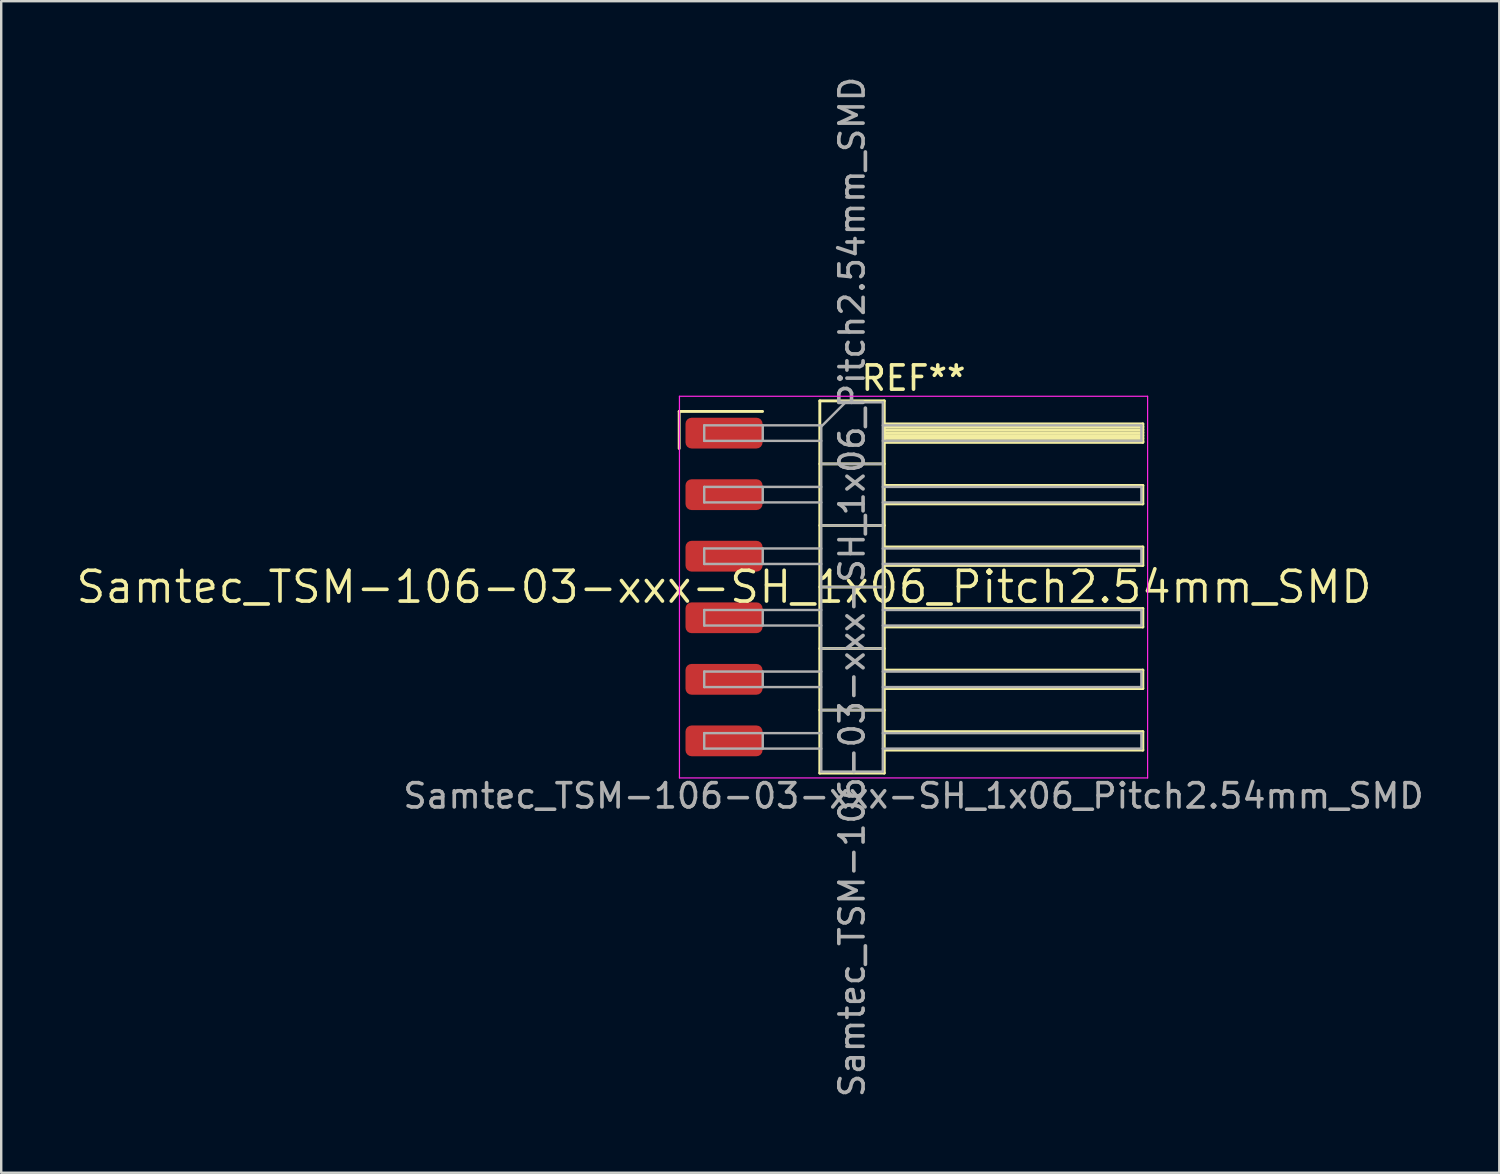
<source format=kicad_pcb>
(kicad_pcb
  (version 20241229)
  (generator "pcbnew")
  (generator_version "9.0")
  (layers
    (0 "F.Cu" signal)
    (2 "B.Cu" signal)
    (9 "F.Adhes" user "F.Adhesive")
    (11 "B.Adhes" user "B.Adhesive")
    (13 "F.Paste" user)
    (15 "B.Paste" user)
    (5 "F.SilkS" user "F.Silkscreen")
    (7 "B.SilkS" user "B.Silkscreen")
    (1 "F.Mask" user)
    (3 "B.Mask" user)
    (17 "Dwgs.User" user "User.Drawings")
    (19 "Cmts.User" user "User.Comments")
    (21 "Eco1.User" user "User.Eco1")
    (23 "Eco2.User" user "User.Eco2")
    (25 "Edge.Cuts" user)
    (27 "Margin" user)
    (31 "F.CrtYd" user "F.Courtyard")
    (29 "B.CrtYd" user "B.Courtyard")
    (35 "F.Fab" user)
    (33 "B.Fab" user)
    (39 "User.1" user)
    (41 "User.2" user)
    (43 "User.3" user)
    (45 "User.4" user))
  (footprint "Samtec_TSM-106-03-xxx-SH_1x06_Pitch2.54mm_SMD"
    (layer "F.Cu")
    (at 26.828 21.173)
    (property "Reference" "Samtec_TSM-106-03-xxx-SH_1x06_Pitch2.54mm_SMD" (at 0 0 0) (layer "F.SilkS") (effects (font (size 1.27 1.27) (thickness 0.15))))
    (attr smd)
    (fp_line (start -1.85 -7.245) (end 1.59 -7.245) (stroke (width 0.12) (type solid)) (layer "F.SilkS"))
    (fp_line (start -1.85 -5.715) (end -1.85 -7.245) (stroke (width 0.12) (type solid)) (layer "F.SilkS"))
    (fp_line (start 3.953 -7.68) (end 6.613 -7.68) (stroke (width 0.12) (type solid)) (layer "F.SilkS"))
    (fp_line (start 3.953 -5.08) (end 6.613 -5.08) (stroke (width 0.12) (type solid)) (layer "F.SilkS"))
    (fp_line (start 3.953 -2.54) (end 6.613 -2.54) (stroke (width 0.12) (type solid)) (layer "F.SilkS"))
    (fp_line (start 3.953 0) (end 6.613 0) (stroke (width 0.12) (type solid)) (layer "F.SilkS"))
    (fp_line (start 3.953 2.54) (end 6.613 2.54) (stroke (width 0.12) (type solid)) (layer "F.SilkS"))
    (fp_line (start 3.953 5.08) (end 6.613 5.08) (stroke (width 0.12) (type solid)) (layer "F.SilkS"))
    (fp_line (start 3.953 7.68) (end 3.953 -7.68) (stroke (width 0.12) (type solid)) (layer "F.SilkS"))
    (fp_line (start 6.613 -7.68) (end 6.613 7.68) (stroke (width 0.12) (type solid)) (layer "F.SilkS"))
    (fp_line (start 6.613 -6.73) (end 17.283 -6.73) (stroke (width 0.12) (type solid)) (layer "F.SilkS"))
    (fp_line (start 6.613 -6.61) (end 17.283 -6.61) (stroke (width 0.12) (type solid)) (layer "F.SilkS"))
    (fp_line (start 6.613 -6.49) (end 17.283 -6.49) (stroke (width 0.12) (type solid)) (layer "F.SilkS"))
    (fp_line (start 6.613 -6.37) (end 17.283 -6.37) (stroke (width 0.12) (type solid)) (layer "F.SilkS"))
    (fp_line (start 6.613 -6.25) (end 17.283 -6.25) (stroke (width 0.12) (type solid)) (layer "F.SilkS"))
    (fp_line (start 6.613 -6.13) (end 17.283 -6.13) (stroke (width 0.12) (type solid)) (layer "F.SilkS"))
    (fp_line (start 6.613 -6.01) (end 17.283 -6.01) (stroke (width 0.12) (type solid)) (layer "F.SilkS"))
    (fp_line (start 6.613 -5.97) (end 17.283 -5.97) (stroke (width 0.12) (type solid)) (layer "F.SilkS"))
    (fp_line (start 6.613 -4.19) (end 17.283 -4.19) (stroke (width 0.12) (type solid)) (layer "F.SilkS"))
    (fp_line (start 6.613 -3.43) (end 17.283 -3.43) (stroke (width 0.12) (type solid)) (layer "F.SilkS"))
    (fp_line (start 6.613 -1.65) (end 17.283 -1.65) (stroke (width 0.12) (type solid)) (layer "F.SilkS"))
    (fp_line (start 6.613 -0.89) (end 17.283 -0.89) (stroke (width 0.12) (type solid)) (layer "F.SilkS"))
    (fp_line (start 6.613 0.89) (end 17.283 0.89) (stroke (width 0.12) (type solid)) (layer "F.SilkS"))
    (fp_line (start 6.613 1.65) (end 17.283 1.65) (stroke (width 0.12) (type solid)) (layer "F.SilkS"))
    (fp_line (start 6.613 3.43) (end 17.283 3.43) (stroke (width 0.12) (type solid)) (layer "F.SilkS"))
    (fp_line (start 6.613 4.19) (end 17.283 4.19) (stroke (width 0.12) (type solid)) (layer "F.SilkS"))
    (fp_line (start 6.613 5.97) (end 17.283 5.97) (stroke (width 0.12) (type solid)) (layer "F.SilkS"))
    (fp_line (start 6.613 6.73) (end 17.283 6.73) (stroke (width 0.12) (type solid)) (layer "F.SilkS"))
    (fp_line (start 6.613 7.68) (end 3.953 7.68) (stroke (width 0.12) (type solid)) (layer "F.SilkS"))
    (fp_line (start 17.283 -6.73) (end 17.283 -5.97) (stroke (width 0.12) (type solid)) (layer "F.SilkS"))
    (fp_line (start 17.283 -4.19) (end 17.283 -3.43) (stroke (width 0.12) (type solid)) (layer "F.SilkS"))
    (fp_line (start 17.283 -1.65) (end 17.283 -0.89) (stroke (width 0.12) (type solid)) (layer "F.SilkS"))
    (fp_line (start 17.283 0.89) (end 17.283 1.65) (stroke (width 0.12) (type solid)) (layer "F.SilkS"))
    (fp_line (start 17.283 3.43) (end 17.283 4.19) (stroke (width 0.12) (type solid)) (layer "F.SilkS"))
    (fp_line (start 17.283 5.97) (end 17.283 6.73) (stroke (width 0.12) (type solid)) (layer "F.SilkS"))
    (fp_line (start -1.84 -7.87) (end 17.48 -7.87) (stroke (width 0.05) (type solid)) (layer "F.CrtYd"))
    (fp_line (start -1.84 7.88) (end -1.84 -7.87) (stroke (width 0.05) (type solid)) (layer "F.CrtYd"))
    (fp_line (start 17.48 -7.87) (end 17.48 7.88) (stroke (width 0.05) (type solid)) (layer "F.CrtYd"))
    (fp_line (start 17.48 7.88) (end -1.84 7.88) (stroke (width 0.05) (type solid)) (layer "F.CrtYd"))
    (fp_line (start -0.817 -6.67) (end -0.817 -6.03) (stroke (width 0.1) (type solid)) (layer "F.Fab"))
    (fp_line (start -0.817 -6.67) (end 4.013 -6.67) (stroke (width 0.1) (type solid)) (layer "F.Fab"))
    (fp_line (start -0.817 -6.03) (end 4.013 -6.03) (stroke (width 0.1) (type solid)) (layer "F.Fab"))
    (fp_line (start -0.817 -4.13) (end -0.817 -3.49) (stroke (width 0.1) (type solid)) (layer "F.Fab"))
    (fp_line (start -0.817 -4.13) (end 4.013 -4.13) (stroke (width 0.1) (type solid)) (layer "F.Fab"))
    (fp_line (start -0.817 -3.49) (end 4.013 -3.49) (stroke (width 0.1) (type solid)) (layer "F.Fab"))
    (fp_line (start -0.817 -1.59) (end -0.817 -0.95) (stroke (width 0.1) (type solid)) (layer "F.Fab"))
    (fp_line (start -0.817 -1.59) (end 4.013 -1.59) (stroke (width 0.1) (type solid)) (layer "F.Fab"))
    (fp_line (start -0.817 -0.95) (end 4.013 -0.95) (stroke (width 0.1) (type solid)) (layer "F.Fab"))
    (fp_line (start -0.817 0.95) (end -0.817 1.59) (stroke (width 0.1) (type solid)) (layer "F.Fab"))
    (fp_line (start -0.817 0.95) (end 4.013 0.95) (stroke (width 0.1) (type solid)) (layer "F.Fab"))
    (fp_line (start -0.817 1.59) (end 4.013 1.59) (stroke (width 0.1) (type solid)) (layer "F.Fab"))
    (fp_line (start -0.817 3.49) (end -0.817 4.13) (stroke (width 0.1) (type solid)) (layer "F.Fab"))
    (fp_line (start -0.817 3.49) (end 4.013 3.49) (stroke (width 0.1) (type solid)) (layer "F.Fab"))
    (fp_line (start -0.817 4.13) (end 4.013 4.13) (stroke (width 0.1) (type solid)) (layer "F.Fab"))
    (fp_line (start -0.817 6.03) (end -0.817 6.67) (stroke (width 0.1) (type solid)) (layer "F.Fab"))
    (fp_line (start -0.817 6.03) (end 4.013 6.03) (stroke (width 0.1) (type solid)) (layer "F.Fab"))
    (fp_line (start -0.817 6.67) (end 4.013 6.67) (stroke (width 0.1) (type solid)) (layer "F.Fab"))
    (fp_line (start 1.598 -6.67) (end 1.598 -6.03) (stroke (width 0.1) (type solid)) (layer "F.Fab"))
    (fp_line (start 1.598 -4.13) (end 1.598 -3.49) (stroke (width 0.1) (type solid)) (layer "F.Fab"))
    (fp_line (start 1.598 -1.59) (end 1.598 -0.95) (stroke (width 0.1) (type solid)) (layer "F.Fab"))
    (fp_line (start 1.598 0.95) (end 1.598 1.59) (stroke (width 0.1) (type solid)) (layer "F.Fab"))
    (fp_line (start 1.598 3.49) (end 1.598 4.13) (stroke (width 0.1) (type solid)) (layer "F.Fab"))
    (fp_line (start 1.598 6.03) (end 1.598 6.67) (stroke (width 0.1) (type solid)) (layer "F.Fab"))
    (fp_line (start 4.013 -6.62) (end 5.013 -7.62) (stroke (width 0.1) (type solid)) (layer "F.Fab"))
    (fp_line (start 4.013 -5.08) (end 6.553 -5.08) (stroke (width 0.1) (type solid)) (layer "F.Fab"))
    (fp_line (start 4.013 -2.54) (end 6.553 -2.54) (stroke (width 0.1) (type solid)) (layer "F.Fab"))
    (fp_line (start 4.013 0) (end 6.553 0) (stroke (width 0.1) (type solid)) (layer "F.Fab"))
    (fp_line (start 4.013 2.54) (end 6.553 2.54) (stroke (width 0.1) (type solid)) (layer "F.Fab"))
    (fp_line (start 4.013 5.08) (end 6.553 5.08) (stroke (width 0.1) (type solid)) (layer "F.Fab"))
    (fp_line (start 4.013 7.62) (end 4.013 -6.62) (stroke (width 0.1) (type solid)) (layer "F.Fab"))
    (fp_line (start 5.013 -7.62) (end 6.553 -7.62) (stroke (width 0.1) (type solid)) (layer "F.Fab"))
    (fp_line (start 6.553 -7.62) (end 6.553 7.62) (stroke (width 0.1) (type solid)) (layer "F.Fab"))
    (fp_line (start 6.553 -6.67) (end 17.223 -6.67) (stroke (width 0.1) (type solid)) (layer "F.Fab"))
    (fp_line (start 6.553 -6.03) (end 17.223 -6.03) (stroke (width 0.1) (type solid)) (layer "F.Fab"))
    (fp_line (start 6.553 -4.13) (end 17.223 -4.13) (stroke (width 0.1) (type solid)) (layer "F.Fab"))
    (fp_line (start 6.553 -3.49) (end 17.223 -3.49) (stroke (width 0.1) (type solid)) (layer "F.Fab"))
    (fp_line (start 6.553 -1.59) (end 17.223 -1.59) (stroke (width 0.1) (type solid)) (layer "F.Fab"))
    (fp_line (start 6.553 -0.95) (end 17.223 -0.95) (stroke (width 0.1) (type solid)) (layer "F.Fab"))
    (fp_line (start 6.553 0.95) (end 17.223 0.95) (stroke (width 0.1) (type solid)) (layer "F.Fab"))
    (fp_line (start 6.553 1.59) (end 17.223 1.59) (stroke (width 0.1) (type solid)) (layer "F.Fab"))
    (fp_line (start 6.553 3.49) (end 17.223 3.49) (stroke (width 0.1) (type solid)) (layer "F.Fab"))
    (fp_line (start 6.553 4.13) (end 17.223 4.13) (stroke (width 0.1) (type solid)) (layer "F.Fab"))
    (fp_line (start 6.553 6.03) (end 17.223 6.03) (stroke (width 0.1) (type solid)) (layer "F.Fab"))
    (fp_line (start 6.553 6.67) (end 17.223 6.67) (stroke (width 0.1) (type solid)) (layer "F.Fab"))
    (fp_line (start 6.553 7.62) (end 4.013 7.62) (stroke (width 0.1) (type solid)) (layer "F.Fab"))
    (fp_line (start 17.223 -6.67) (end 17.223 -6.03) (stroke (width 0.1) (type solid)) (layer "F.Fab"))
    (fp_line (start 17.223 -4.13) (end 17.223 -3.49) (stroke (width 0.1) (type solid)) (layer "F.Fab"))
    (fp_line (start 17.223 -1.59) (end 17.223 -0.95) (stroke (width 0.1) (type solid)) (layer "F.Fab"))
    (fp_line (start 17.223 0.95) (end 17.223 1.59) (stroke (width 0.1) (type solid)) (layer "F.Fab"))
    (fp_line (start 17.223 3.49) (end 17.223 4.13) (stroke (width 0.1) (type solid)) (layer "F.Fab"))
    (fp_line (start 17.223 6.03) (end 17.223 6.67) (stroke (width 0.1) (type solid)) (layer "F.Fab"))
    (fp_text user "REF**" (at 7.82 -8.62 0) (layer "F.SilkS") (effects (font (size 1 1) (thickness 0.15))))
    (fp_text user "Samtec_TSM-106-03-xxx-SH_1x06_Pitch2.54mm_SMD" (at 7.82 8.62 0) (layer "F.Fab") (effects (font (size 1 1) (thickness 0.15))))
    (fp_text user "${REFERENCE}" (at 5.283 0 90) (layer "F.Fab") (effects (font (size 1 1) (thickness 0.15))))
    (pad "1" smd roundrect (at 0 -6.35) (size 3.18 1.27) (layers "F.Cu" "F.Mask" "F.Paste") (roundrect_rratio 0.197))
    (pad "2" smd roundrect (at 0 -3.81) (size 3.18 1.27) (layers "F.Cu" "F.Mask" "F.Paste") (roundrect_rratio 0.197))
    (pad "3" smd roundrect (at 0 -1.27) (size 3.18 1.27) (layers "F.Cu" "F.Mask" "F.Paste") (roundrect_rratio 0.197))
    (pad "4" smd roundrect (at 0 1.27) (size 3.18 1.27) (layers "F.Cu" "F.Mask" "F.Paste") (roundrect_rratio 0.197))
    (pad "5" smd roundrect (at 0 3.81) (size 3.18 1.27) (layers "F.Cu" "F.Mask" "F.Paste") (roundrect_rratio 0.197))
    (pad "6" smd roundrect (at 0 6.35) (size 3.18 1.27) (layers "F.Cu" "F.Mask" "F.Paste") (roundrect_rratio 0.197)))
  (gr_rect
    (start -3 -3)
    (end 58.821 45.345)
    (stroke (width 0.1) (type default))
    (fill no)
    (layer "Edge.Cuts")))
</source>
